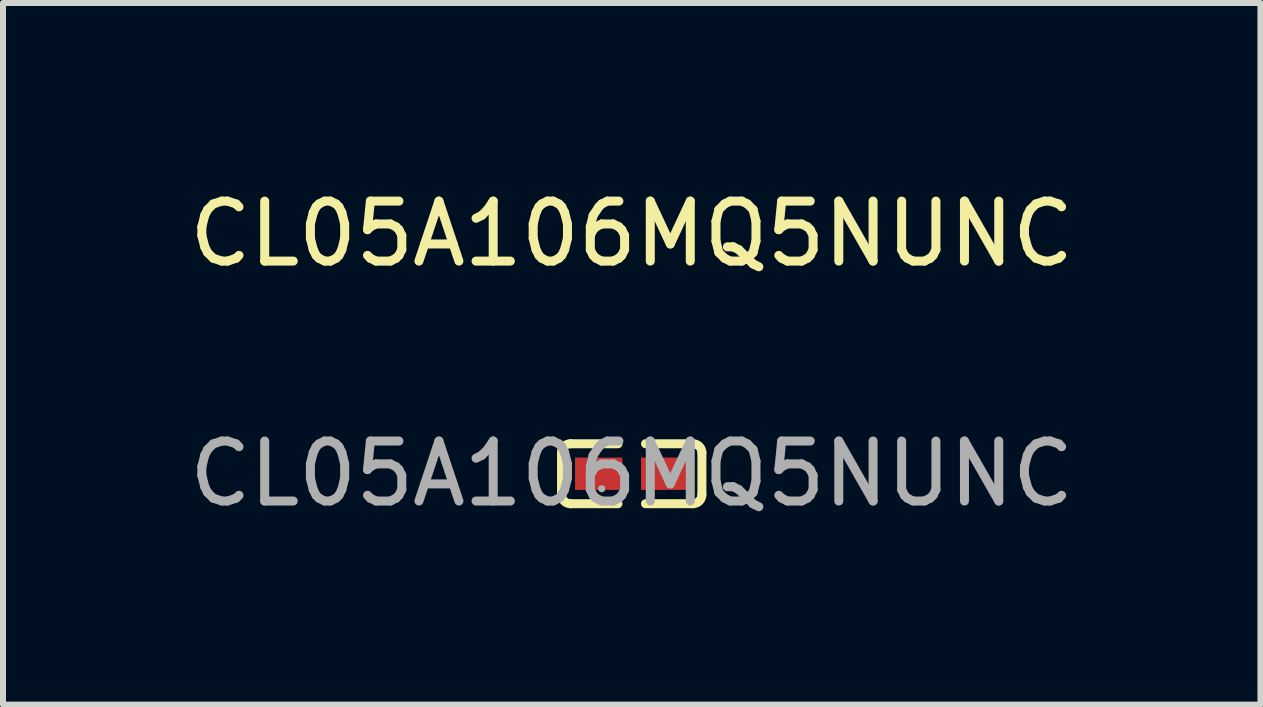
<source format=kicad_pcb>
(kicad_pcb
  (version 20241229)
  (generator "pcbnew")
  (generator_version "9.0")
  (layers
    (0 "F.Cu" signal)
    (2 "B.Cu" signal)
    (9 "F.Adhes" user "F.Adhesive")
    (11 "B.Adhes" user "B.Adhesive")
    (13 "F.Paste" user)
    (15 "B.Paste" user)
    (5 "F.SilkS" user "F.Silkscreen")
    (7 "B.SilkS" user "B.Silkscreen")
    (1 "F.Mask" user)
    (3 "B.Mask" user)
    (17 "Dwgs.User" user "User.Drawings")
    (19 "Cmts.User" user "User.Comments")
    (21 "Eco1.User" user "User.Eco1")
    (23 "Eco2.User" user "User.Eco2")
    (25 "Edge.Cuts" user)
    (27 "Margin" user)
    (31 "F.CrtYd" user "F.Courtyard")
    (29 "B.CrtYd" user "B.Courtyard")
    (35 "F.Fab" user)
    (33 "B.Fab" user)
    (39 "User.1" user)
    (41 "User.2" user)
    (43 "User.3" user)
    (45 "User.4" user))
  (footprint "CL05A106MQ5NUNC"
    (layer "F.Cu")
    (at 7.482 4.848)
    (property "Reference" "CL05A106MQ5NUNC" (at 0 -4 0) (layer "F.SilkS") (effects (font (size 1 1) (thickness 0.15))))
    (attr smd)
    (fp_line (start -1.17 0.35) (end -1.17 -0.35) (stroke (width 0.15) (type solid)) (layer "F.SilkS"))
    (fp_line (start -1.02 -0.5) (end -0.23 -0.5) (stroke (width 0.15) (type solid)) (layer "F.SilkS"))
    (fp_line (start -0.23 0.5) (end -1.02 0.5) (stroke (width 0.15) (type solid)) (layer "F.SilkS"))
    (fp_line (start 0.23 0.5) (end 1.02 0.5) (stroke (width 0.15) (type solid)) (layer "F.SilkS"))
    (fp_line (start 1.02 -0.5) (end 0.23 -0.5) (stroke (width 0.15) (type solid)) (layer "F.SilkS"))
    (fp_line (start 1.17 0.35) (end 1.17 -0.35) (stroke (width 0.15) (type solid)) (layer "F.SilkS"))
    (fp_arc (start -1.17 -0.35) (mid -1.126066 -0.456066) (end -1.02 -0.5) (stroke (width 0.15) (type solid)) (layer "F.SilkS"))
    (fp_arc (start -1.02 0.5) (mid -1.126066 0.456066) (end -1.17 0.35) (stroke (width 0.15) (type solid)) (layer "F.SilkS"))
    (fp_arc (start 1.02 -0.5) (mid 1.126066 -0.456066) (end 1.17 -0.35) (stroke (width 0.15) (type solid)) (layer "F.SilkS"))
    (fp_arc (start 1.17 0.35) (mid 1.126066 0.456066) (end 1.02 0.5) (stroke (width 0.15) (type solid)) (layer "F.SilkS"))
    (fp_circle (center -0.5 0.25) (end -0.47 0.25) (stroke (width 0.06) (type solid)) (fill no) (layer "F.Fab"))
    (fp_text user "${REFERENCE}" (at 0 0 0) (layer "F.Fab") (effects (font (size 1 1) (thickness 0.15))))
    (pad "1" smd rect (at -0.55 0) (size 0.79 0.54) (layers "F.Cu" "F.Mask" "F.Paste"))
    (pad "2" smd rect (at 0.55 0) (size 0.79 0.54) (layers "F.Cu" "F.Mask" "F.Paste")))
  (gr_rect
    (start -3 -3)
    (end 17.964 8.697)
    (stroke (width 0.1) (type default))
    (fill no)
    (layer "Edge.Cuts")))
</source>
